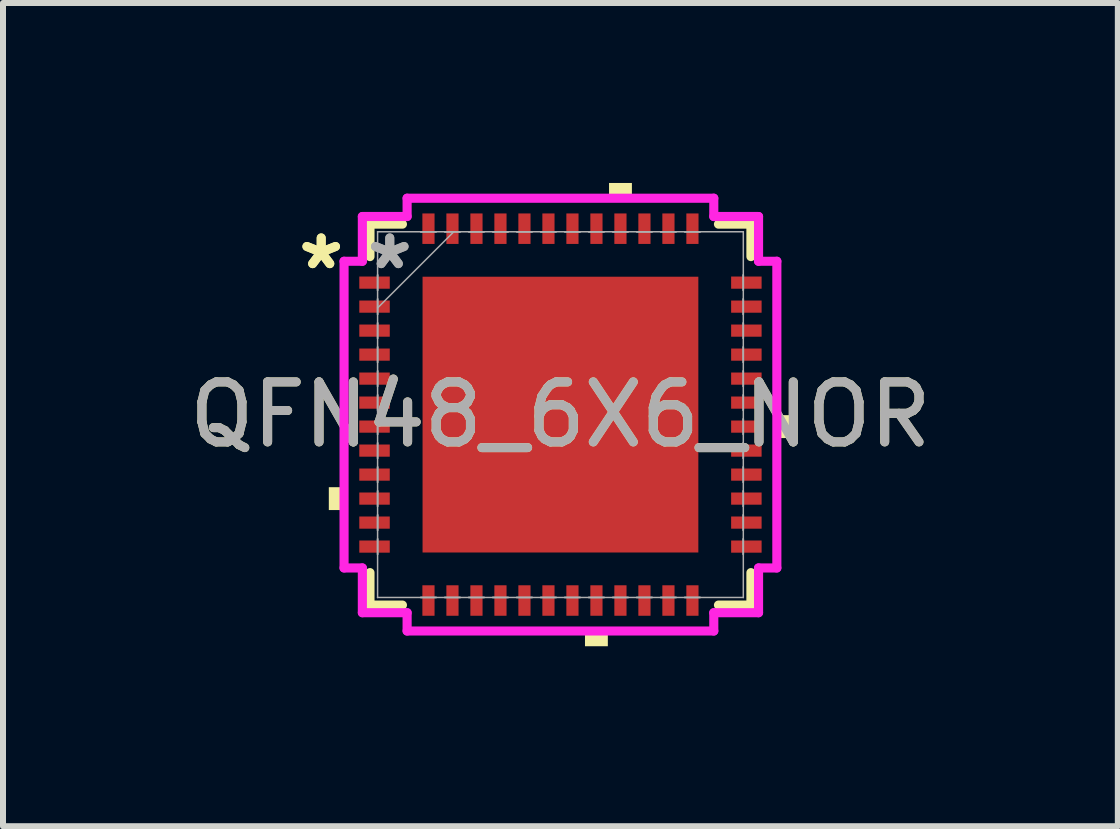
<source format=kicad_pcb>
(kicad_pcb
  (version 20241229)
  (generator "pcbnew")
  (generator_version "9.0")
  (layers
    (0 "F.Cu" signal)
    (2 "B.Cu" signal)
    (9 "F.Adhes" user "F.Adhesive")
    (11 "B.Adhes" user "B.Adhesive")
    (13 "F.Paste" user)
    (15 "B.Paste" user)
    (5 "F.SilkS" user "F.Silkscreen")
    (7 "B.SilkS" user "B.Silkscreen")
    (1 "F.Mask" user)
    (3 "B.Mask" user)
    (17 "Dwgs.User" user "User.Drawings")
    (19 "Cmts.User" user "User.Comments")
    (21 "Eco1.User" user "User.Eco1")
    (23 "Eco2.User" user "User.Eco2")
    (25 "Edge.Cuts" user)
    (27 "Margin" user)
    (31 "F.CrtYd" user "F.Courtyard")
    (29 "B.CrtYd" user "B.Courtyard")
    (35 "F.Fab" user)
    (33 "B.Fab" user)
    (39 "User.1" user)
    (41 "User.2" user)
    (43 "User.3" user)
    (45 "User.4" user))
  (footprint "QFN48_6X6_NOR"
    (layer "F.Cu")
    (at 6.292 3.861)
    (property "Reference" "QFN48_6X6_NOR" (at 0 0 0) (unlocked yes) (layer "F.SilkS") (effects (font (size 1 1) (thickness 0.15))))
    (attr smd)
    (fp_line (start -3.175 -3.175) (end -3.175 -2.634) (stroke (width 0.152) (type solid)) (layer "F.SilkS"))
    (fp_line (start -3.175 2.634) (end -3.175 3.175) (stroke (width 0.152) (type solid)) (layer "F.SilkS"))
    (fp_line (start -3.175 3.175) (end -2.634 3.175) (stroke (width 0.152) (type solid)) (layer "F.SilkS"))
    (fp_line (start -2.634 -3.175) (end -3.175 -3.175) (stroke (width 0.152) (type solid)) (layer "F.SilkS"))
    (fp_line (start 2.634 3.175) (end 3.175 3.175) (stroke (width 0.152) (type solid)) (layer "F.SilkS"))
    (fp_line (start 3.175 -3.175) (end 2.634 -3.175) (stroke (width 0.152) (type solid)) (layer "F.SilkS"))
    (fp_line (start 3.175 -2.634) (end 3.175 -3.175) (stroke (width 0.152) (type solid)) (layer "F.SilkS"))
    (fp_line (start 3.175 3.175) (end 3.175 2.634) (stroke (width 0.152) (type solid)) (layer "F.SilkS"))
    (fp_poly (pts (xy -3.861 1.21) (xy -3.861 1.591) (xy -3.607 1.591) (xy -3.607 1.21)) (stroke (width 0) (type solid)) (fill yes) (layer "F.SilkS"))
    (fp_poly (pts (xy 0.409 3.607) (xy 0.409 3.861) (xy 0.79 3.861) (xy 0.79 3.607)) (stroke (width 0) (type solid)) (fill yes) (layer "F.SilkS"))
    (fp_poly (pts (xy 0.81 -3.607) (xy 0.81 -3.861) (xy 1.191 -3.861) (xy 1.191 -3.607)) (stroke (width 0) (type solid)) (fill yes) (layer "F.SilkS"))
    (fp_poly (pts (xy 3.861 0.009) (xy 3.861 0.391) (xy 3.607 0.391) (xy 3.607 0.009)) (stroke (width 0) (type solid)) (fill yes) (layer "F.SilkS"))
    (fp_poly (pts (xy -2.199 -2.199) (xy -2.199 -0.866) (xy -0.866 -0.866) (xy -0.866 -2.199)) (stroke (width 0) (type solid)) (fill yes) (layer "F.Paste"))
    (fp_poly (pts (xy -2.199 -0.666) (xy -2.199 0.666) (xy -0.866 0.666) (xy -0.866 -0.666)) (stroke (width 0) (type solid)) (fill yes) (layer "F.Paste"))
    (fp_poly (pts (xy -2.199 0.866) (xy -2.199 2.199) (xy -0.866 2.199) (xy -0.866 0.866)) (stroke (width 0) (type solid)) (fill yes) (layer "F.Paste"))
    (fp_poly (pts (xy -0.666 -2.199) (xy -0.666 -0.866) (xy 0.666 -0.866) (xy 0.666 -2.199)) (stroke (width 0) (type solid)) (fill yes) (layer "F.Paste"))
    (fp_poly (pts (xy -0.666 -0.666) (xy -0.666 0.666) (xy 0.666 0.666) (xy 0.666 -0.666)) (stroke (width 0) (type solid)) (fill yes) (layer "F.Paste"))
    (fp_poly (pts (xy -0.666 0.866) (xy -0.666 2.199) (xy 0.666 2.199) (xy 0.666 0.866)) (stroke (width 0) (type solid)) (fill yes) (layer "F.Paste"))
    (fp_poly (pts (xy 0.866 -2.199) (xy 0.866 -0.866) (xy 2.199 -0.866) (xy 2.199 -2.199)) (stroke (width 0) (type solid)) (fill yes) (layer "F.Paste"))
    (fp_poly (pts (xy 0.866 -0.666) (xy 0.866 0.666) (xy 2.199 0.666) (xy 2.199 -0.666)) (stroke (width 0) (type solid)) (fill yes) (layer "F.Paste"))
    (fp_poly (pts (xy 0.866 0.866) (xy 0.866 2.199) (xy 2.199 2.199) (xy 2.199 0.866)) (stroke (width 0) (type solid)) (fill yes) (layer "F.Paste"))
    (fp_line (start -3.607 -2.556) (end -3.302 -2.556) (stroke (width 0.152) (type solid)) (layer "F.CrtYd"))
    (fp_line (start -3.607 2.556) (end -3.607 -2.556) (stroke (width 0.152) (type solid)) (layer "F.CrtYd"))
    (fp_line (start -3.302 -3.302) (end -2.556 -3.302) (stroke (width 0.152) (type solid)) (layer "F.CrtYd"))
    (fp_line (start -3.302 -2.556) (end -3.302 -3.302) (stroke (width 0.152) (type solid)) (layer "F.CrtYd"))
    (fp_line (start -3.302 2.556) (end -3.607 2.556) (stroke (width 0.152) (type solid)) (layer "F.CrtYd"))
    (fp_line (start -3.302 3.302) (end -3.302 2.556) (stroke (width 0.152) (type solid)) (layer "F.CrtYd"))
    (fp_line (start -2.556 -3.607) (end 2.556 -3.607) (stroke (width 0.152) (type solid)) (layer "F.CrtYd"))
    (fp_line (start -2.556 -3.302) (end -2.556 -3.607) (stroke (width 0.152) (type solid)) (layer "F.CrtYd"))
    (fp_line (start -2.556 3.302) (end -3.302 3.302) (stroke (width 0.152) (type solid)) (layer "F.CrtYd"))
    (fp_line (start -2.556 3.607) (end -2.556 3.302) (stroke (width 0.152) (type solid)) (layer "F.CrtYd"))
    (fp_line (start 2.556 -3.607) (end 2.556 -3.302) (stroke (width 0.152) (type solid)) (layer "F.CrtYd"))
    (fp_line (start 2.556 -3.302) (end 3.302 -3.302) (stroke (width 0.152) (type solid)) (layer "F.CrtYd"))
    (fp_line (start 2.556 3.302) (end 2.556 3.607) (stroke (width 0.152) (type solid)) (layer "F.CrtYd"))
    (fp_line (start 2.556 3.607) (end -2.556 3.607) (stroke (width 0.152) (type solid)) (layer "F.CrtYd"))
    (fp_line (start 3.302 -3.302) (end 3.302 -2.556) (stroke (width 0.152) (type solid)) (layer "F.CrtYd"))
    (fp_line (start 3.302 -2.556) (end 3.607 -2.556) (stroke (width 0.152) (type solid)) (layer "F.CrtYd"))
    (fp_line (start 3.302 2.556) (end 3.302 3.302) (stroke (width 0.152) (type solid)) (layer "F.CrtYd"))
    (fp_line (start 3.302 3.302) (end 2.556 3.302) (stroke (width 0.152) (type solid)) (layer "F.CrtYd"))
    (fp_line (start 3.607 -2.556) (end 3.607 2.556) (stroke (width 0.152) (type solid)) (layer "F.CrtYd"))
    (fp_line (start 3.607 2.556) (end 3.302 2.556) (stroke (width 0.152) (type solid)) (layer "F.CrtYd"))
    (fp_line (start -3.048 -3.048) (end -3.048 -3.048) (stroke (width 0.025) (type solid)) (layer "F.Fab"))
    (fp_line (start -3.048 -3.048) (end -3.048 3.048) (stroke (width 0.025) (type solid)) (layer "F.Fab"))
    (fp_line (start -3.048 -2.327) (end -3.048 -2.327) (stroke (width 0.025) (type solid)) (layer "F.Fab"))
    (fp_line (start -3.048 -2.327) (end -3.048 -2.073) (stroke (width 0.025) (type solid)) (layer "F.Fab"))
    (fp_line (start -3.048 -2.073) (end -3.048 -2.327) (stroke (width 0.025) (type solid)) (layer "F.Fab"))
    (fp_line (start -3.048 -2.073) (end -3.048 -2.073) (stroke (width 0.025) (type solid)) (layer "F.Fab"))
    (fp_line (start -3.048 -1.927) (end -3.048 -1.927) (stroke (width 0.025) (type solid)) (layer "F.Fab"))
    (fp_line (start -3.048 -1.927) (end -3.048 -1.673) (stroke (width 0.025) (type solid)) (layer "F.Fab"))
    (fp_line (start -3.048 -1.778) (end -1.778 -3.048) (stroke (width 0.025) (type solid)) (layer "F.Fab"))
    (fp_line (start -3.048 -1.673) (end -3.048 -1.927) (stroke (width 0.025) (type solid)) (layer "F.Fab"))
    (fp_line (start -3.048 -1.673) (end -3.048 -1.673) (stroke (width 0.025) (type solid)) (layer "F.Fab"))
    (fp_line (start -3.048 -1.527) (end -3.048 -1.527) (stroke (width 0.025) (type solid)) (layer "F.Fab"))
    (fp_line (start -3.048 -1.527) (end -3.048 -1.273) (stroke (width 0.025) (type solid)) (layer "F.Fab"))
    (fp_line (start -3.048 -1.273) (end -3.048 -1.527) (stroke (width 0.025) (type solid)) (layer "F.Fab"))
    (fp_line (start -3.048 -1.273) (end -3.048 -1.273) (stroke (width 0.025) (type solid)) (layer "F.Fab"))
    (fp_line (start -3.048 -1.127) (end -3.048 -1.127) (stroke (width 0.025) (type solid)) (layer "F.Fab"))
    (fp_line (start -3.048 -1.127) (end -3.048 -0.873) (stroke (width 0.025) (type solid)) (layer "F.Fab"))
    (fp_line (start -3.048 -0.873) (end -3.048 -1.127) (stroke (width 0.025) (type solid)) (layer "F.Fab"))
    (fp_line (start -3.048 -0.873) (end -3.048 -0.873) (stroke (width 0.025) (type solid)) (layer "F.Fab"))
    (fp_line (start -3.048 -0.727) (end -3.048 -0.727) (stroke (width 0.025) (type solid)) (layer "F.Fab"))
    (fp_line (start -3.048 -0.727) (end -3.048 -0.473) (stroke (width 0.025) (type solid)) (layer "F.Fab"))
    (fp_line (start -3.048 -0.473) (end -3.048 -0.727) (stroke (width 0.025) (type solid)) (layer "F.Fab"))
    (fp_line (start -3.048 -0.473) (end -3.048 -0.473) (stroke (width 0.025) (type solid)) (layer "F.Fab"))
    (fp_line (start -3.048 -0.327) (end -3.048 -0.327) (stroke (width 0.025) (type solid)) (layer "F.Fab"))
    (fp_line (start -3.048 -0.327) (end -3.048 -0.073) (stroke (width 0.025) (type solid)) (layer "F.Fab"))
    (fp_line (start -3.048 -0.073) (end -3.048 -0.327) (stroke (width 0.025) (type solid)) (layer "F.Fab"))
    (fp_line (start -3.048 -0.073) (end -3.048 -0.073) (stroke (width 0.025) (type solid)) (layer "F.Fab"))
    (fp_line (start -3.048 0.073) (end -3.048 0.073) (stroke (width 0.025) (type solid)) (layer "F.Fab"))
    (fp_line (start -3.048 0.073) (end -3.048 0.327) (stroke (width 0.025) (type solid)) (layer "F.Fab"))
    (fp_line (start -3.048 0.327) (end -3.048 0.073) (stroke (width 0.025) (type solid)) (layer "F.Fab"))
    (fp_line (start -3.048 0.327) (end -3.048 0.327) (stroke (width 0.025) (type solid)) (layer "F.Fab"))
    (fp_line (start -3.048 0.473) (end -3.048 0.473) (stroke (width 0.025) (type solid)) (layer "F.Fab"))
    (fp_line (start -3.048 0.473) (end -3.048 0.727) (stroke (width 0.025) (type solid)) (layer "F.Fab"))
    (fp_line (start -3.048 0.727) (end -3.048 0.473) (stroke (width 0.025) (type solid)) (layer "F.Fab"))
    (fp_line (start -3.048 0.727) (end -3.048 0.727) (stroke (width 0.025) (type solid)) (layer "F.Fab"))
    (fp_line (start -3.048 0.873) (end -3.048 0.873) (stroke (width 0.025) (type solid)) (layer "F.Fab"))
    (fp_line (start -3.048 0.873) (end -3.048 1.127) (stroke (width 0.025) (type solid)) (layer "F.Fab"))
    (fp_line (start -3.048 1.127) (end -3.048 0.873) (stroke (width 0.025) (type solid)) (layer "F.Fab"))
    (fp_line (start -3.048 1.127) (end -3.048 1.127) (stroke (width 0.025) (type solid)) (layer "F.Fab"))
    (fp_line (start -3.048 1.273) (end -3.048 1.273) (stroke (width 0.025) (type solid)) (layer "F.Fab"))
    (fp_line (start -3.048 1.273) (end -3.048 1.527) (stroke (width 0.025) (type solid)) (layer "F.Fab"))
    (fp_line (start -3.048 1.527) (end -3.048 1.273) (stroke (width 0.025) (type solid)) (layer "F.Fab"))
    (fp_line (start -3.048 1.527) (end -3.048 1.527) (stroke (width 0.025) (type solid)) (layer "F.Fab"))
    (fp_line (start -3.048 1.673) (end -3.048 1.673) (stroke (width 0.025) (type solid)) (layer "F.Fab"))
    (fp_line (start -3.048 1.673) (end -3.048 1.927) (stroke (width 0.025) (type solid)) (layer "F.Fab"))
    (fp_line (start -3.048 1.927) (end -3.048 1.673) (stroke (width 0.025) (type solid)) (layer "F.Fab"))
    (fp_line (start -3.048 1.927) (end -3.048 1.927) (stroke (width 0.025) (type solid)) (layer "F.Fab"))
    (fp_line (start -3.048 2.073) (end -3.048 2.073) (stroke (width 0.025) (type solid)) (layer "F.Fab"))
    (fp_line (start -3.048 2.073) (end -3.048 2.327) (stroke (width 0.025) (type solid)) (layer "F.Fab"))
    (fp_line (start -3.048 2.327) (end -3.048 2.073) (stroke (width 0.025) (type solid)) (layer "F.Fab"))
    (fp_line (start -3.048 2.327) (end -3.048 2.327) (stroke (width 0.025) (type solid)) (layer "F.Fab"))
    (fp_line (start -3.048 3.048) (end -3.048 3.048) (stroke (width 0.025) (type solid)) (layer "F.Fab"))
    (fp_line (start -3.048 3.048) (end 3.048 3.048) (stroke (width 0.025) (type solid)) (layer "F.Fab"))
    (fp_line (start -2.327 -3.048) (end -2.327 -3.048) (stroke (width 0.025) (type solid)) (layer "F.Fab"))
    (fp_line (start -2.327 -3.048) (end -2.073 -3.048) (stroke (width 0.025) (type solid)) (layer "F.Fab"))
    (fp_line (start -2.327 3.048) (end -2.327 3.048) (stroke (width 0.025) (type solid)) (layer "F.Fab"))
    (fp_line (start -2.327 3.048) (end -2.073 3.048) (stroke (width 0.025) (type solid)) (layer "F.Fab"))
    (fp_line (start -2.073 -3.048) (end -2.327 -3.048) (stroke (width 0.025) (type solid)) (layer "F.Fab"))
    (fp_line (start -2.073 -3.048) (end -2.073 -3.048) (stroke (width 0.025) (type solid)) (layer "F.Fab"))
    (fp_line (start -2.073 3.048) (end -2.327 3.048) (stroke (width 0.025) (type solid)) (layer "F.Fab"))
    (fp_line (start -2.073 3.048) (end -2.073 3.048) (stroke (width 0.025) (type solid)) (layer "F.Fab"))
    (fp_line (start -1.927 -3.048) (end -1.927 -3.048) (stroke (width 0.025) (type solid)) (layer "F.Fab"))
    (fp_line (start -1.927 -3.048) (end -1.673 -3.048) (stroke (width 0.025) (type solid)) (layer "F.Fab"))
    (fp_line (start -1.927 3.048) (end -1.927 3.048) (stroke (width 0.025) (type solid)) (layer "F.Fab"))
    (fp_line (start -1.927 3.048) (end -1.673 3.048) (stroke (width 0.025) (type solid)) (layer "F.Fab"))
    (fp_line (start -1.673 -3.048) (end -1.927 -3.048) (stroke (width 0.025) (type solid)) (layer "F.Fab"))
    (fp_line (start -1.673 -3.048) (end -1.673 -3.048) (stroke (width 0.025) (type solid)) (layer "F.Fab"))
    (fp_line (start -1.673 3.048) (end -1.927 3.048) (stroke (width 0.025) (type solid)) (layer "F.Fab"))
    (fp_line (start -1.673 3.048) (end -1.673 3.048) (stroke (width 0.025) (type solid)) (layer "F.Fab"))
    (fp_line (start -1.527 -3.048) (end -1.527 -3.048) (stroke (width 0.025) (type solid)) (layer "F.Fab"))
    (fp_line (start -1.527 -3.048) (end -1.273 -3.048) (stroke (width 0.025) (type solid)) (layer "F.Fab"))
    (fp_line (start -1.527 3.048) (end -1.527 3.048) (stroke (width 0.025) (type solid)) (layer "F.Fab"))
    (fp_line (start -1.527 3.048) (end -1.273 3.048) (stroke (width 0.025) (type solid)) (layer "F.Fab"))
    (fp_line (start -1.273 -3.048) (end -1.527 -3.048) (stroke (width 0.025) (type solid)) (layer "F.Fab"))
    (fp_line (start -1.273 -3.048) (end -1.273 -3.048) (stroke (width 0.025) (type solid)) (layer "F.Fab"))
    (fp_line (start -1.273 3.048) (end -1.527 3.048) (stroke (width 0.025) (type solid)) (layer "F.Fab"))
    (fp_line (start -1.273 3.048) (end -1.273 3.048) (stroke (width 0.025) (type solid)) (layer "F.Fab"))
    (fp_line (start -1.127 -3.048) (end -1.127 -3.048) (stroke (width 0.025) (type solid)) (layer "F.Fab"))
    (fp_line (start -1.127 -3.048) (end -0.873 -3.048) (stroke (width 0.025) (type solid)) (layer "F.Fab"))
    (fp_line (start -1.127 3.048) (end -1.127 3.048) (stroke (width 0.025) (type solid)) (layer "F.Fab"))
    (fp_line (start -1.127 3.048) (end -0.873 3.048) (stroke (width 0.025) (type solid)) (layer "F.Fab"))
    (fp_line (start -0.873 -3.048) (end -1.127 -3.048) (stroke (width 0.025) (type solid)) (layer "F.Fab"))
    (fp_line (start -0.873 -3.048) (end -0.873 -3.048) (stroke (width 0.025) (type solid)) (layer "F.Fab"))
    (fp_line (start -0.873 3.048) (end -1.127 3.048) (stroke (width 0.025) (type solid)) (layer "F.Fab"))
    (fp_line (start -0.873 3.048) (end -0.873 3.048) (stroke (width 0.025) (type solid)) (layer "F.Fab"))
    (fp_line (start -0.727 -3.048) (end -0.727 -3.048) (stroke (width 0.025) (type solid)) (layer "F.Fab"))
    (fp_line (start -0.727 -3.048) (end -0.473 -3.048) (stroke (width 0.025) (type solid)) (layer "F.Fab"))
    (fp_line (start -0.727 3.048) (end -0.727 3.048) (stroke (width 0.025) (type solid)) (layer "F.Fab"))
    (fp_line (start -0.727 3.048) (end -0.473 3.048) (stroke (width 0.025) (type solid)) (layer "F.Fab"))
    (fp_line (start -0.473 -3.048) (end -0.727 -3.048) (stroke (width 0.025) (type solid)) (layer "F.Fab"))
    (fp_line (start -0.473 -3.048) (end -0.473 -3.048) (stroke (width 0.025) (type solid)) (layer "F.Fab"))
    (fp_line (start -0.473 3.048) (end -0.727 3.048) (stroke (width 0.025) (type solid)) (layer "F.Fab"))
    (fp_line (start -0.473 3.048) (end -0.473 3.048) (stroke (width 0.025) (type solid)) (layer "F.Fab"))
    (fp_line (start -0.327 -3.048) (end -0.327 -3.048) (stroke (width 0.025) (type solid)) (layer "F.Fab"))
    (fp_line (start -0.327 -3.048) (end -0.073 -3.048) (stroke (width 0.025) (type solid)) (layer "F.Fab"))
    (fp_line (start -0.327 3.048) (end -0.327 3.048) (stroke (width 0.025) (type solid)) (layer "F.Fab"))
    (fp_line (start -0.327 3.048) (end -0.073 3.048) (stroke (width 0.025) (type solid)) (layer "F.Fab"))
    (fp_line (start -0.073 -3.048) (end -0.327 -3.048) (stroke (width 0.025) (type solid)) (layer "F.Fab"))
    (fp_line (start -0.073 -3.048) (end -0.073 -3.048) (stroke (width 0.025) (type solid)) (layer "F.Fab"))
    (fp_line (start -0.073 3.048) (end -0.327 3.048) (stroke (width 0.025) (type solid)) (layer "F.Fab"))
    (fp_line (start -0.073 3.048) (end -0.073 3.048) (stroke (width 0.025) (type solid)) (layer "F.Fab"))
    (fp_line (start 0.073 -3.048) (end 0.073 -3.048) (stroke (width 0.025) (type solid)) (layer "F.Fab"))
    (fp_line (start 0.073 -3.048) (end 0.327 -3.048) (stroke (width 0.025) (type solid)) (layer "F.Fab"))
    (fp_line (start 0.073 3.048) (end 0.073 3.048) (stroke (width 0.025) (type solid)) (layer "F.Fab"))
    (fp_line (start 0.073 3.048) (end 0.327 3.048) (stroke (width 0.025) (type solid)) (layer "F.Fab"))
    (fp_line (start 0.327 -3.048) (end 0.073 -3.048) (stroke (width 0.025) (type solid)) (layer "F.Fab"))
    (fp_line (start 0.327 -3.048) (end 0.327 -3.048) (stroke (width 0.025) (type solid)) (layer "F.Fab"))
    (fp_line (start 0.327 3.048) (end 0.073 3.048) (stroke (width 0.025) (type solid)) (layer "F.Fab"))
    (fp_line (start 0.327 3.048) (end 0.327 3.048) (stroke (width 0.025) (type solid)) (layer "F.Fab"))
    (fp_line (start 0.473 -3.048) (end 0.473 -3.048) (stroke (width 0.025) (type solid)) (layer "F.Fab"))
    (fp_line (start 0.473 -3.048) (end 0.727 -3.048) (stroke (width 0.025) (type solid)) (layer "F.Fab"))
    (fp_line (start 0.473 3.048) (end 0.473 3.048) (stroke (width 0.025) (type solid)) (layer "F.Fab"))
    (fp_line (start 0.473 3.048) (end 0.727 3.048) (stroke (width 0.025) (type solid)) (layer "F.Fab"))
    (fp_line (start 0.727 -3.048) (end 0.473 -3.048) (stroke (width 0.025) (type solid)) (layer "F.Fab"))
    (fp_line (start 0.727 -3.048) (end 0.727 -3.048) (stroke (width 0.025) (type solid)) (layer "F.Fab"))
    (fp_line (start 0.727 3.048) (end 0.473 3.048) (stroke (width 0.025) (type solid)) (layer "F.Fab"))
    (fp_line (start 0.727 3.048) (end 0.727 3.048) (stroke (width 0.025) (type solid)) (layer "F.Fab"))
    (fp_line (start 0.873 -3.048) (end 0.873 -3.048) (stroke (width 0.025) (type solid)) (layer "F.Fab"))
    (fp_line (start 0.873 -3.048) (end 1.127 -3.048) (stroke (width 0.025) (type solid)) (layer "F.Fab"))
    (fp_line (start 0.873 3.048) (end 0.873 3.048) (stroke (width 0.025) (type solid)) (layer "F.Fab"))
    (fp_line (start 0.873 3.048) (end 1.127 3.048) (stroke (width 0.025) (type solid)) (layer "F.Fab"))
    (fp_line (start 1.127 -3.048) (end 0.873 -3.048) (stroke (width 0.025) (type solid)) (layer "F.Fab"))
    (fp_line (start 1.127 -3.048) (end 1.127 -3.048) (stroke (width 0.025) (type solid)) (layer "F.Fab"))
    (fp_line (start 1.127 3.048) (end 0.873 3.048) (stroke (width 0.025) (type solid)) (layer "F.Fab"))
    (fp_line (start 1.127 3.048) (end 1.127 3.048) (stroke (width 0.025) (type solid)) (layer "F.Fab"))
    (fp_line (start 1.273 -3.048) (end 1.273 -3.048) (stroke (width 0.025) (type solid)) (layer "F.Fab"))
    (fp_line (start 1.273 -3.048) (end 1.527 -3.048) (stroke (width 0.025) (type solid)) (layer "F.Fab"))
    (fp_line (start 1.273 3.048) (end 1.273 3.048) (stroke (width 0.025) (type solid)) (layer "F.Fab"))
    (fp_line (start 1.273 3.048) (end 1.527 3.048) (stroke (width 0.025) (type solid)) (layer "F.Fab"))
    (fp_line (start 1.527 -3.048) (end 1.273 -3.048) (stroke (width 0.025) (type solid)) (layer "F.Fab"))
    (fp_line (start 1.527 -3.048) (end 1.527 -3.048) (stroke (width 0.025) (type solid)) (layer "F.Fab"))
    (fp_line (start 1.527 3.048) (end 1.273 3.048) (stroke (width 0.025) (type solid)) (layer "F.Fab"))
    (fp_line (start 1.527 3.048) (end 1.527 3.048) (stroke (width 0.025) (type solid)) (layer "F.Fab"))
    (fp_line (start 1.673 -3.048) (end 1.673 -3.048) (stroke (width 0.025) (type solid)) (layer "F.Fab"))
    (fp_line (start 1.673 -3.048) (end 1.927 -3.048) (stroke (width 0.025) (type solid)) (layer "F.Fab"))
    (fp_line (start 1.673 3.048) (end 1.673 3.048) (stroke (width 0.025) (type solid)) (layer "F.Fab"))
    (fp_line (start 1.673 3.048) (end 1.927 3.048) (stroke (width 0.025) (type solid)) (layer "F.Fab"))
    (fp_line (start 1.927 -3.048) (end 1.673 -3.048) (stroke (width 0.025) (type solid)) (layer "F.Fab"))
    (fp_line (start 1.927 -3.048) (end 1.927 -3.048) (stroke (width 0.025) (type solid)) (layer "F.Fab"))
    (fp_line (start 1.927 3.048) (end 1.673 3.048) (stroke (width 0.025) (type solid)) (layer "F.Fab"))
    (fp_line (start 1.927 3.048) (end 1.927 3.048) (stroke (width 0.025) (type solid)) (layer "F.Fab"))
    (fp_line (start 2.073 -3.048) (end 2.073 -3.048) (stroke (width 0.025) (type solid)) (layer "F.Fab"))
    (fp_line (start 2.073 -3.048) (end 2.327 -3.048) (stroke (width 0.025) (type solid)) (layer "F.Fab"))
    (fp_line (start 2.073 3.048) (end 2.073 3.048) (stroke (width 0.025) (type solid)) (layer "F.Fab"))
    (fp_line (start 2.073 3.048) (end 2.327 3.048) (stroke (width 0.025) (type solid)) (layer "F.Fab"))
    (fp_line (start 2.327 -3.048) (end 2.073 -3.048) (stroke (width 0.025) (type solid)) (layer "F.Fab"))
    (fp_line (start 2.327 -3.048) (end 2.327 -3.048) (stroke (width 0.025) (type solid)) (layer "F.Fab"))
    (fp_line (start 2.327 3.048) (end 2.073 3.048) (stroke (width 0.025) (type solid)) (layer "F.Fab"))
    (fp_line (start 2.327 3.048) (end 2.327 3.048) (stroke (width 0.025) (type solid)) (layer "F.Fab"))
    (fp_line (start 3.048 -3.048) (end -3.048 -3.048) (stroke (width 0.025) (type solid)) (layer "F.Fab"))
    (fp_line (start 3.048 -3.048) (end 3.048 -3.048) (stroke (width 0.025) (type solid)) (layer "F.Fab"))
    (fp_line (start 3.048 -2.327) (end 3.048 -2.327) (stroke (width 0.025) (type solid)) (layer "F.Fab"))
    (fp_line (start 3.048 -2.327) (end 3.048 -2.073) (stroke (width 0.025) (type solid)) (layer "F.Fab"))
    (fp_line (start 3.048 -2.073) (end 3.048 -2.327) (stroke (width 0.025) (type solid)) (layer "F.Fab"))
    (fp_line (start 3.048 -2.073) (end 3.048 -2.073) (stroke (width 0.025) (type solid)) (layer "F.Fab"))
    (fp_line (start 3.048 -1.927) (end 3.048 -1.927) (stroke (width 0.025) (type solid)) (layer "F.Fab"))
    (fp_line (start 3.048 -1.927) (end 3.048 -1.673) (stroke (width 0.025) (type solid)) (layer "F.Fab"))
    (fp_line (start 3.048 -1.673) (end 3.048 -1.927) (stroke (width 0.025) (type solid)) (layer "F.Fab"))
    (fp_line (start 3.048 -1.673) (end 3.048 -1.673) (stroke (width 0.025) (type solid)) (layer "F.Fab"))
    (fp_line (start 3.048 -1.527) (end 3.048 -1.527) (stroke (width 0.025) (type solid)) (layer "F.Fab"))
    (fp_line (start 3.048 -1.527) (end 3.048 -1.273) (stroke (width 0.025) (type solid)) (layer "F.Fab"))
    (fp_line (start 3.048 -1.273) (end 3.048 -1.527) (stroke (width 0.025) (type solid)) (layer "F.Fab"))
    (fp_line (start 3.048 -1.273) (end 3.048 -1.273) (stroke (width 0.025) (type solid)) (layer "F.Fab"))
    (fp_line (start 3.048 -1.127) (end 3.048 -1.127) (stroke (width 0.025) (type solid)) (layer "F.Fab"))
    (fp_line (start 3.048 -1.127) (end 3.048 -0.873) (stroke (width 0.025) (type solid)) (layer "F.Fab"))
    (fp_line (start 3.048 -0.873) (end 3.048 -1.127) (stroke (width 0.025) (type solid)) (layer "F.Fab"))
    (fp_line (start 3.048 -0.873) (end 3.048 -0.873) (stroke (width 0.025) (type solid)) (layer "F.Fab"))
    (fp_line (start 3.048 -0.727) (end 3.048 -0.727) (stroke (width 0.025) (type solid)) (layer "F.Fab"))
    (fp_line (start 3.048 -0.727) (end 3.048 -0.473) (stroke (width 0.025) (type solid)) (layer "F.Fab"))
    (fp_line (start 3.048 -0.473) (end 3.048 -0.727) (stroke (width 0.025) (type solid)) (layer "F.Fab"))
    (fp_line (start 3.048 -0.473) (end 3.048 -0.473) (stroke (width 0.025) (type solid)) (layer "F.Fab"))
    (fp_line (start 3.048 -0.327) (end 3.048 -0.327) (stroke (width 0.025) (type solid)) (layer "F.Fab"))
    (fp_line (start 3.048 -0.327) (end 3.048 -0.073) (stroke (width 0.025) (type solid)) (layer "F.Fab"))
    (fp_line (start 3.048 -0.073) (end 3.048 -0.327) (stroke (width 0.025) (type solid)) (layer "F.Fab"))
    (fp_line (start 3.048 -0.073) (end 3.048 -0.073) (stroke (width 0.025) (type solid)) (layer "F.Fab"))
    (fp_line (start 3.048 0.073) (end 3.048 0.073) (stroke (width 0.025) (type solid)) (layer "F.Fab"))
    (fp_line (start 3.048 0.073) (end 3.048 0.327) (stroke (width 0.025) (type solid)) (layer "F.Fab"))
    (fp_line (start 3.048 0.327) (end 3.048 0.073) (stroke (width 0.025) (type solid)) (layer "F.Fab"))
    (fp_line (start 3.048 0.327) (end 3.048 0.327) (stroke (width 0.025) (type solid)) (layer "F.Fab"))
    (fp_line (start 3.048 0.473) (end 3.048 0.473) (stroke (width 0.025) (type solid)) (layer "F.Fab"))
    (fp_line (start 3.048 0.473) (end 3.048 0.727) (stroke (width 0.025) (type solid)) (layer "F.Fab"))
    (fp_line (start 3.048 0.727) (end 3.048 0.473) (stroke (width 0.025) (type solid)) (layer "F.Fab"))
    (fp_line (start 3.048 0.727) (end 3.048 0.727) (stroke (width 0.025) (type solid)) (layer "F.Fab"))
    (fp_line (start 3.048 0.873) (end 3.048 0.873) (stroke (width 0.025) (type solid)) (layer "F.Fab"))
    (fp_line (start 3.048 0.873) (end 3.048 1.127) (stroke (width 0.025) (type solid)) (layer "F.Fab"))
    (fp_line (start 3.048 1.127) (end 3.048 0.873) (stroke (width 0.025) (type solid)) (layer "F.Fab"))
    (fp_line (start 3.048 1.127) (end 3.048 1.127) (stroke (width 0.025) (type solid)) (layer "F.Fab"))
    (fp_line (start 3.048 1.273) (end 3.048 1.273) (stroke (width 0.025) (type solid)) (layer "F.Fab"))
    (fp_line (start 3.048 1.273) (end 3.048 1.527) (stroke (width 0.025) (type solid)) (layer "F.Fab"))
    (fp_line (start 3.048 1.527) (end 3.048 1.273) (stroke (width 0.025) (type solid)) (layer "F.Fab"))
    (fp_line (start 3.048 1.527) (end 3.048 1.527) (stroke (width 0.025) (type solid)) (layer "F.Fab"))
    (fp_line (start 3.048 1.673) (end 3.048 1.673) (stroke (width 0.025) (type solid)) (layer "F.Fab"))
    (fp_line (start 3.048 1.673) (end 3.048 1.927) (stroke (width 0.025) (type solid)) (layer "F.Fab"))
    (fp_line (start 3.048 1.927) (end 3.048 1.673) (stroke (width 0.025) (type solid)) (layer "F.Fab"))
    (fp_line (start 3.048 1.927) (end 3.048 1.927) (stroke (width 0.025) (type solid)) (layer "F.Fab"))
    (fp_line (start 3.048 2.073) (end 3.048 2.073) (stroke (width 0.025) (type solid)) (layer "F.Fab"))
    (fp_line (start 3.048 2.073) (end 3.048 2.327) (stroke (width 0.025) (type solid)) (layer "F.Fab"))
    (fp_line (start 3.048 2.327) (end 3.048 2.073) (stroke (width 0.025) (type solid)) (layer "F.Fab"))
    (fp_line (start 3.048 2.327) (end 3.048 2.327) (stroke (width 0.025) (type solid)) (layer "F.Fab"))
    (fp_line (start 3.048 3.048) (end 3.048 -3.048) (stroke (width 0.025) (type solid)) (layer "F.Fab"))
    (fp_line (start 3.048 3.048) (end 3.048 3.048) (stroke (width 0.025) (type solid)) (layer "F.Fab"))
    (fp_text user "*" (at -3.988 -2.4 0) (layer "F.SilkS") (effects (font (size 1 1) (thickness 0.15))))
    (fp_text user "*" (at -3.988 -2.4 0) (unlocked yes) (layer "F.SilkS") (effects (font (size 1 1) (thickness 0.15))))
    (fp_text user "${REFERENCE}" (at 0 0 0) (unlocked yes) (layer "F.Fab") (effects (font (size 1 1) (thickness 0.15))))
    (fp_text user "*" (at -2.845 -2.4 0) (unlocked yes) (layer "F.Fab") (effects (font (size 1 1) (thickness 0.15))))
    (fp_text user "*" (at -2.845 -2.4 0) (layer "F.Fab") (effects (font (size 1 1) (thickness 0.15))))
    (pad "1" smd rect (at -3.099 -2.2 90) (size 0.203 0.508) (layers "F.Cu" "F.Mask" "F.Paste"))
    (pad "2" smd rect (at -3.099 -1.8 90) (size 0.203 0.508) (layers "F.Cu" "F.Mask" "F.Paste"))
    (pad "3" smd rect (at -3.099 -1.4 90) (size 0.203 0.508) (layers "F.Cu" "F.Mask" "F.Paste"))
    (pad "4" smd rect (at -3.099 -1 90) (size 0.203 0.508) (layers "F.Cu" "F.Mask" "F.Paste"))
    (pad "5" smd rect (at -3.099 -0.6 90) (size 0.203 0.508) (layers "F.Cu" "F.Mask" "F.Paste"))
    (pad "6" smd rect (at -3.099 -0.2 90) (size 0.203 0.508) (layers "F.Cu" "F.Mask" "F.Paste"))
    (pad "7" smd rect (at -3.099 0.2 90) (size 0.203 0.508) (layers "F.Cu" "F.Mask" "F.Paste"))
    (pad "8" smd rect (at -3.099 0.6 90) (size 0.203 0.508) (layers "F.Cu" "F.Mask" "F.Paste"))
    (pad "9" smd rect (at -3.099 1 90) (size 0.203 0.508) (layers "F.Cu" "F.Mask" "F.Paste"))
    (pad "10" smd rect (at -3.099 1.4 90) (size 0.203 0.508) (layers "F.Cu" "F.Mask" "F.Paste"))
    (pad "11" smd rect (at -3.099 1.8 90) (size 0.203 0.508) (layers "F.Cu" "F.Mask" "F.Paste"))
    (pad "12" smd rect (at -3.099 2.2 90) (size 0.203 0.508) (layers "F.Cu" "F.Mask" "F.Paste"))
    (pad "13" smd rect (at -2.2 3.099) (size 0.203 0.508) (layers "F.Cu" "F.Mask" "F.Paste"))
    (pad "14" smd rect (at -1.8 3.099) (size 0.203 0.508) (layers "F.Cu" "F.Mask" "F.Paste"))
    (pad "15" smd rect (at -1.4 3.099) (size 0.203 0.508) (layers "F.Cu" "F.Mask" "F.Paste"))
    (pad "16" smd rect (at -1 3.099) (size 0.203 0.508) (layers "F.Cu" "F.Mask" "F.Paste"))
    (pad "17" smd rect (at -0.6 3.099) (size 0.203 0.508) (layers "F.Cu" "F.Mask" "F.Paste"))
    (pad "18" smd rect (at -0.2 3.099) (size 0.203 0.508) (layers "F.Cu" "F.Mask" "F.Paste"))
    (pad "19" smd rect (at 0.2 3.099) (size 0.203 0.508) (layers "F.Cu" "F.Mask" "F.Paste"))
    (pad "20" smd rect (at 0.6 3.099) (size 0.203 0.508) (layers "F.Cu" "F.Mask" "F.Paste"))
    (pad "21" smd rect (at 1 3.099) (size 0.203 0.508) (layers "F.Cu" "F.Mask" "F.Paste"))
    (pad "22" smd rect (at 1.4 3.099) (size 0.203 0.508) (layers "F.Cu" "F.Mask" "F.Paste"))
    (pad "23" smd rect (at 1.8 3.099) (size 0.203 0.508) (layers "F.Cu" "F.Mask" "F.Paste"))
    (pad "24" smd rect (at 2.2 3.099) (size 0.203 0.508) (layers "F.Cu" "F.Mask" "F.Paste"))
    (pad "25" smd rect (at 3.099 2.2 90) (size 0.203 0.508) (layers "F.Cu" "F.Mask" "F.Paste"))
    (pad "26" smd rect (at 3.099 1.8 90) (size 0.203 0.508) (layers "F.Cu" "F.Mask" "F.Paste"))
    (pad "27" smd rect (at 3.099 1.4 90) (size 0.203 0.508) (layers "F.Cu" "F.Mask" "F.Paste"))
    (pad "28" smd rect (at 3.099 1 90) (size 0.203 0.508) (layers "F.Cu" "F.Mask" "F.Paste"))
    (pad "29" smd rect (at 3.099 0.6 90) (size 0.203 0.508) (layers "F.Cu" "F.Mask" "F.Paste"))
    (pad "30" smd rect (at 3.099 0.2 90) (size 0.203 0.508) (layers "F.Cu" "F.Mask" "F.Paste"))
    (pad "31" smd rect (at 3.099 -0.2 90) (size 0.203 0.508) (layers "F.Cu" "F.Mask" "F.Paste"))
    (pad "32" smd rect (at 3.099 -0.6 90) (size 0.203 0.508) (layers "F.Cu" "F.Mask" "F.Paste"))
    (pad "33" smd rect (at 3.099 -1 90) (size 0.203 0.508) (layers "F.Cu" "F.Mask" "F.Paste"))
    (pad "34" smd rect (at 3.099 -1.4 90) (size 0.203 0.508) (layers "F.Cu" "F.Mask" "F.Paste"))
    (pad "35" smd rect (at 3.099 -1.8 90) (size 0.203 0.508) (layers "F.Cu" "F.Mask" "F.Paste"))
    (pad "36" smd rect (at 3.099 -2.2 90) (size 0.203 0.508) (layers "F.Cu" "F.Mask" "F.Paste"))
    (pad "37" smd rect (at 2.2 -3.099) (size 0.203 0.508) (layers "F.Cu" "F.Mask" "F.Paste"))
    (pad "38" smd rect (at 1.8 -3.099) (size 0.203 0.508) (layers "F.Cu" "F.Mask" "F.Paste"))
    (pad "39" smd rect (at 1.4 -3.099) (size 0.203 0.508) (layers "F.Cu" "F.Mask" "F.Paste"))
    (pad "40" smd rect (at 1 -3.099) (size 0.203 0.508) (layers "F.Cu" "F.Mask" "F.Paste"))
    (pad "41" smd rect (at 0.6 -3.099) (size 0.203 0.508) (layers "F.Cu" "F.Mask" "F.Paste"))
    (pad "42" smd rect (at 0.2 -3.099) (size 0.203 0.508) (layers "F.Cu" "F.Mask" "F.Paste"))
    (pad "43" smd rect (at -0.2 -3.099) (size 0.203 0.508) (layers "F.Cu" "F.Mask" "F.Paste"))
    (pad "44" smd rect (at -0.6 -3.099) (size 0.203 0.508) (layers "F.Cu" "F.Mask" "F.Paste"))
    (pad "45" smd rect (at -1 -3.099) (size 0.203 0.508) (layers "F.Cu" "F.Mask" "F.Paste"))
    (pad "46" smd rect (at -1.4 -3.099) (size 0.203 0.508) (layers "F.Cu" "F.Mask" "F.Paste"))
    (pad "47" smd rect (at -1.8 -3.099) (size 0.203 0.508) (layers "F.Cu" "F.Mask" "F.Paste"))
    (pad "48" smd rect (at -2.2 -3.099) (size 0.203 0.508) (layers "F.Cu" "F.Mask" "F.Paste"))
    (pad "49" smd rect (at 0 0) (size 4.597 4.597) (layers "F.Cu" "F.Mask" "F.Paste")))
  (gr_rect
    (start -3 -3)
    (end 15.583 10.722)
    (stroke (width 0.1) (type default))
    (fill no)
    (layer "Edge.Cuts")))
</source>
